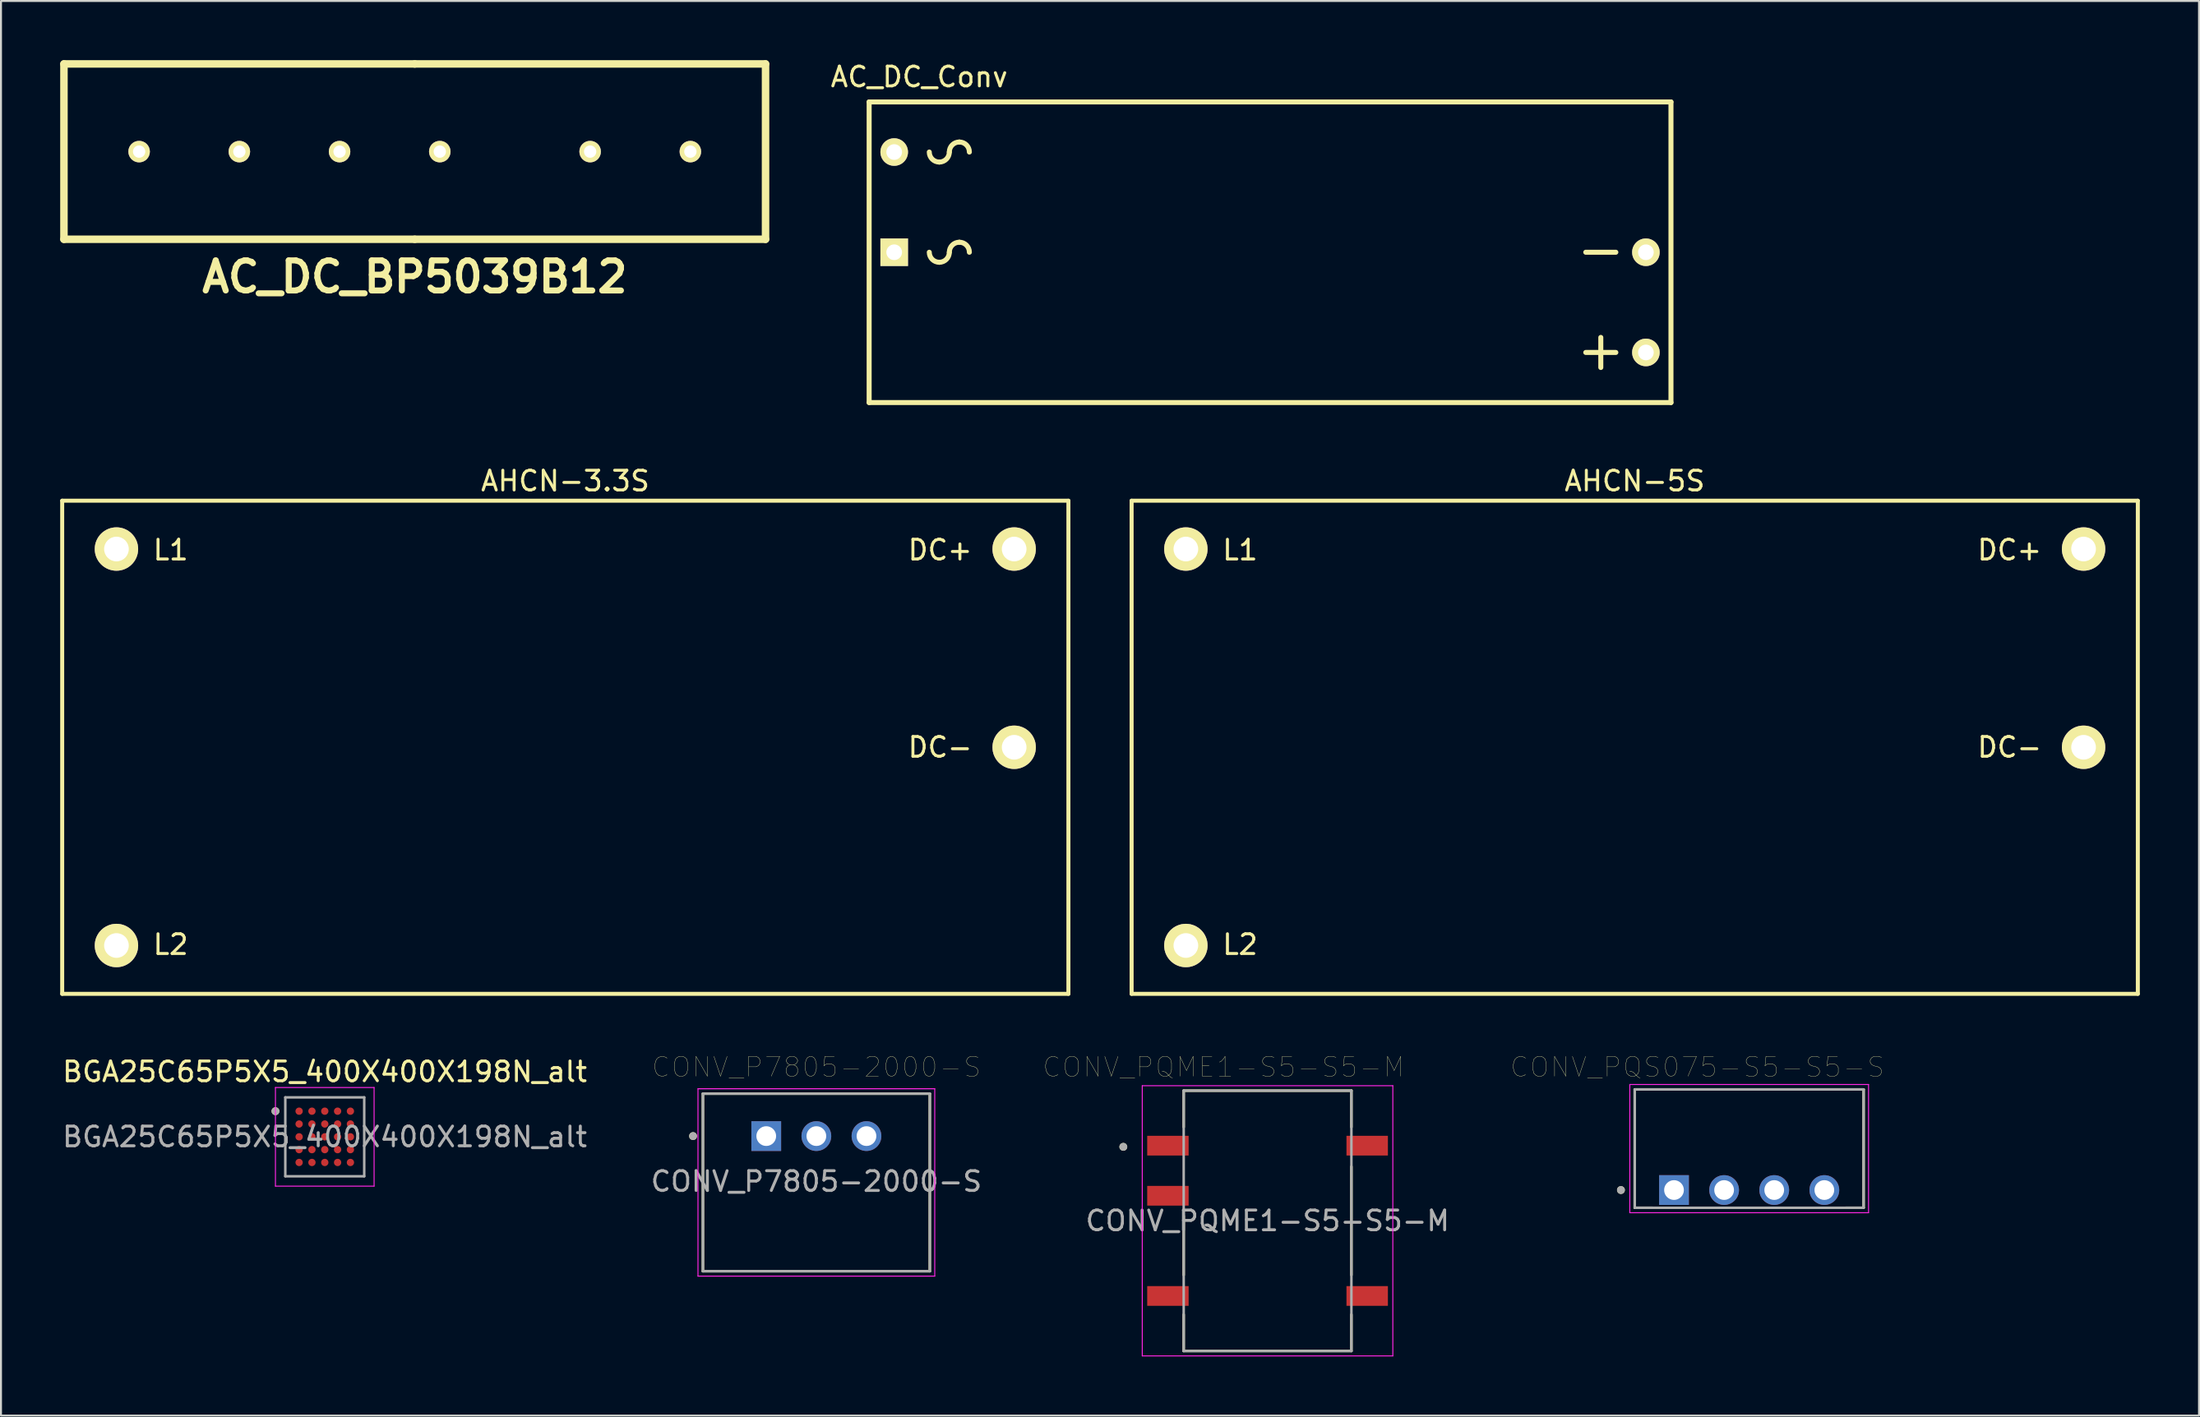
<source format=kicad_pcb>
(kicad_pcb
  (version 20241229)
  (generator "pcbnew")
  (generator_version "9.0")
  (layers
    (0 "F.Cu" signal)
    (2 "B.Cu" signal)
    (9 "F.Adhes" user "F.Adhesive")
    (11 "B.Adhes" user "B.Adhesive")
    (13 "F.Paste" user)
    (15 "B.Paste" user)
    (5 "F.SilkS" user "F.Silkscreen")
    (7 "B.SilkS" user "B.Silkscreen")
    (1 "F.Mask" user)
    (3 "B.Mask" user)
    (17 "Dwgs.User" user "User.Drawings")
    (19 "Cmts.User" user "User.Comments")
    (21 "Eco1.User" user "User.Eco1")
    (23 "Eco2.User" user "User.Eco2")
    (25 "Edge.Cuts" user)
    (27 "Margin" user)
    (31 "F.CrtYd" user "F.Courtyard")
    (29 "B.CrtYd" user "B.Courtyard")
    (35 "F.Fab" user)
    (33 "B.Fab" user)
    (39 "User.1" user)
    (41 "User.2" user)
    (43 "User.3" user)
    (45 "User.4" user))
  (footprint "AC_DC_Conv"
    (layer "F.Cu")
    (at 61.322 9.738)
    (property "Reference" "AC_DC_Conv" (at -17.78 -8.89 0) (layer "F.SilkS") (effects (font (size 1 1) (thickness 0.15))))
    (attr through_hole)
    (fp_line (start -20.32 -7.62) (end -20.32 7.62) (stroke (width 0.254) (type solid)) (layer "F.SilkS"))
    (fp_line (start -20.32 7.62) (end 20.32 7.62) (stroke (width 0.254) (type solid)) (layer "F.SilkS"))
    (fp_line (start 16.002 5.08) (end 17.526 5.08) (stroke (width 0.254) (type solid)) (layer "F.SilkS"))
    (fp_line (start 16.764 4.318) (end 16.764 5.842) (stroke (width 0.254) (type solid)) (layer "F.SilkS"))
    (fp_line (start 17.526 0) (end 16.002 0) (stroke (width 0.254) (type solid)) (layer "F.SilkS"))
    (fp_line (start 20.32 -7.62) (end -20.32 -7.62) (stroke (width 0.254) (type solid)) (layer "F.SilkS"))
    (fp_line (start 20.32 7.62) (end 20.32 -7.62) (stroke (width 0.254) (type solid)) (layer "F.SilkS"))
    (fp_arc (start -16.764 -4.572) (mid -17.12321 -4.72079) (end -17.272 -5.08) (stroke (width 0.254) (type solid)) (layer "F.SilkS"))
    (fp_arc (start -16.764 0.508) (mid -17.12321 0.35921) (end -17.272 0) (stroke (width 0.254) (type solid)) (layer "F.SilkS"))
    (fp_arc (start -16.256 -5.08) (mid -16.40479 -4.72079) (end -16.764 -4.572) (stroke (width 0.254) (type solid)) (layer "F.SilkS"))
    (fp_arc (start -16.256 -5.08) (mid -16.10721 -5.43921) (end -15.748 -5.588) (stroke (width 0.254) (type solid)) (layer "F.SilkS"))
    (fp_arc (start -16.256 0) (mid -16.40479 0.35921) (end -16.764 0.508) (stroke (width 0.254) (type solid)) (layer "F.SilkS"))
    (fp_arc (start -16.256 0) (mid -16.10721 -0.35921) (end -15.748 -0.508) (stroke (width 0.254) (type solid)) (layer "F.SilkS"))
    (fp_arc (start -15.748 -5.588) (mid -15.38879 -5.43921) (end -15.24 -5.08) (stroke (width 0.254) (type solid)) (layer "F.SilkS"))
    (fp_arc (start -15.748 -0.508) (mid -15.38879 -0.35921) (end -15.24 0) (stroke (width 0.254) (type solid)) (layer "F.SilkS"))
    (pad "1" thru_hole rect (at -19.05 0) (size 1.397 1.397) (drill 0.794) (layers "*.Cu" "*.Mask" "F.SilkS"))
    (pad "2" thru_hole circle (at -19.05 -5.08) (size 1.397 1.397) (drill 0.794) (layers "*.Cu" "*.Mask" "F.SilkS"))
    (pad "3" thru_hole circle (at 19.05 5.08) (size 1.397 1.397) (drill 0.794) (layers "*.Cu" "*.Mask" "F.SilkS"))
    (pad "4" thru_hole circle (at 19.05 0) (size 1.397 1.397) (drill 0.794) (layers "*.Cu" "*.Mask" "F.SilkS")))
  (footprint "BGA25C65P5X5_400X400X198N_alt"
    (layer "F.Cu")
    (at 13.411 54.583)
    (property "Reference" "BGA25C65P5X5_400X400X198N_alt" (at 0 -3.3 0) (layer "F.SilkS") (effects (font (size 1 1) (thickness 0.15))))
    (attr smd)
    (fp_circle (center -2.5 -1.3) (end -2.4 -1.3) (stroke (width 0.2) (type solid)) (fill no) (layer "F.SilkS"))
    (fp_line (start -2.5 -2.5) (end 2.5 -2.5) (stroke (width 0.05) (type solid)) (layer "F.CrtYd"))
    (fp_line (start -2.5 2.5) (end -2.5 -2.5) (stroke (width 0.05) (type solid)) (layer "F.CrtYd"))
    (fp_line (start -2.5 2.5) (end 2.5 2.5) (stroke (width 0.05) (type solid)) (layer "F.CrtYd"))
    (fp_line (start 2.5 2.5) (end 2.5 -2.5) (stroke (width 0.05) (type solid)) (layer "F.CrtYd"))
    (fp_line (start -2 2) (end -2 -2) (stroke (width 0.127) (type solid)) (layer "F.Fab"))
    (fp_line (start 2 -2) (end -2 -2) (stroke (width 0.127) (type solid)) (layer "F.Fab"))
    (fp_line (start 2 2) (end -2 2) (stroke (width 0.127) (type solid)) (layer "F.Fab"))
    (fp_line (start 2 2) (end 2 -2) (stroke (width 0.127) (type solid)) (layer "F.Fab"))
    (fp_circle (center -2.5 -1.3) (end -2.4 -1.3) (stroke (width 0.2) (type solid)) (fill no) (layer "F.Fab"))
    (fp_text user "${REFERENCE}" (at 0 0 0) (layer "F.Fab") (effects (font (size 1 1) (thickness 0.15))))
    (pad "A1" smd circle (at -1.3 -1.3) (size 0.37 0.37) (layers "F.Cu" "F.Mask" "F.Paste"))
    (pad "A2" smd circle (at -0.65 -1.3) (size 0.37 0.37) (layers "F.Cu" "F.Mask" "F.Paste"))
    (pad "A3" smd circle (at 0 -1.3) (size 0.37 0.37) (layers "F.Cu" "F.Mask" "F.Paste"))
    (pad "A4" smd circle (at 0.65 -1.3) (size 0.37 0.37) (layers "F.Cu" "F.Mask" "F.Paste"))
    (pad "A5" smd circle (at 1.3 -1.3) (size 0.37 0.37) (layers "F.Cu" "F.Mask" "F.Paste"))
    (pad "B1" smd circle (at -1.3 -0.65) (size 0.37 0.37) (layers "F.Cu" "F.Mask" "F.Paste"))
    (pad "B2" smd circle (at -0.65 -0.65) (size 0.37 0.37) (layers "F.Cu" "F.Mask" "F.Paste"))
    (pad "B3" smd circle (at 0 -0.65) (size 0.37 0.37) (layers "F.Cu" "F.Mask" "F.Paste"))
    (pad "B4" smd circle (at 0.65 -0.65) (size 0.37 0.37) (layers "F.Cu" "F.Mask" "F.Paste"))
    (pad "B5" smd circle (at 1.3 -0.65) (size 0.37 0.37) (layers "F.Cu" "F.Mask" "F.Paste"))
    (pad "C1" smd circle (at -1.3 0) (size 0.37 0.37) (layers "F.Cu" "F.Mask" "F.Paste"))
    (pad "C2" smd circle (at -0.65 0) (size 0.37 0.37) (layers "F.Cu" "F.Mask" "F.Paste"))
    (pad "C3" smd circle (at 0 0) (size 0.37 0.37) (layers "F.Cu" "F.Mask" "F.Paste"))
    (pad "C4" smd circle (at 0.65 0) (size 0.37 0.37) (layers "F.Cu" "F.Mask" "F.Paste"))
    (pad "C5" smd circle (at 1.3 0) (size 0.37 0.37) (layers "F.Cu" "F.Mask" "F.Paste"))
    (pad "D1" smd circle (at -1.3 0.65) (size 0.37 0.37) (layers "F.Cu" "F.Mask" "F.Paste"))
    (pad "D2" smd circle (at -0.65 0.65) (size 0.37 0.37) (layers "F.Cu" "F.Mask" "F.Paste"))
    (pad "D3" smd circle (at 0 0.65) (size 0.37 0.37) (layers "F.Cu" "F.Mask" "F.Paste"))
    (pad "D4" smd circle (at 0.65 0.65) (size 0.37 0.37) (layers "F.Cu" "F.Mask" "F.Paste"))
    (pad "D5" smd circle (at 1.3 0.65) (size 0.37 0.37) (layers "F.Cu" "F.Mask" "F.Paste"))
    (pad "E1" smd circle (at -1.3 1.3) (size 0.37 0.37) (layers "F.Cu" "F.Mask" "F.Paste"))
    (pad "E2" smd circle (at -0.65 1.3) (size 0.37 0.37) (layers "F.Cu" "F.Mask" "F.Paste"))
    (pad "E3" smd circle (at 0 1.3) (size 0.37 0.37) (layers "F.Cu" "F.Mask" "F.Paste"))
    (pad "E4" smd circle (at 0.65 1.3) (size 0.37 0.37) (layers "F.Cu" "F.Mask" "F.Paste"))
    (pad "E5" smd circle (at 1.3 1.3) (size 0.37 0.37) (layers "F.Cu" "F.Mask" "F.Paste")))
  (footprint "CONV_PQS075-S5-S5-S"
    (layer "F.Cu")
    (at 85.606 55.181)
    (property "Reference" "CONV_PQS075-S5-S5-S" (at -2.625 -4.135 0) (layer "F.SilkS") (effects (font (size 1 1) (thickness 0.015))))
    (attr through_hole)
    (fp_line (start -5.8 -3) (end -5.8 3) (stroke (width 0.127) (type solid)) (layer "F.SilkS"))
    (fp_line (start -5.8 3) (end -4.9 3) (stroke (width 0.127) (type solid)) (layer "F.SilkS"))
    (fp_line (start 4.9 3) (end 5.8 3) (stroke (width 0.127) (type solid)) (layer "F.SilkS"))
    (fp_line (start 5.8 -3) (end -5.8 -3) (stroke (width 0.127) (type solid)) (layer "F.SilkS"))
    (fp_line (start 5.8 3) (end 5.8 -3) (stroke (width 0.127) (type solid)) (layer "F.SilkS"))
    (fp_circle (center -6.5 2.1) (end -6.4 2.1) (stroke (width 0.2) (type solid)) (fill no) (layer "F.SilkS"))
    (fp_line (start -6.05 -3.25) (end 6.05 -3.25) (stroke (width 0.05) (type solid)) (layer "F.CrtYd"))
    (fp_line (start -6.05 3.25) (end -6.05 -3.25) (stroke (width 0.05) (type solid)) (layer "F.CrtYd"))
    (fp_line (start 6.05 -3.25) (end 6.05 3.25) (stroke (width 0.05) (type solid)) (layer "F.CrtYd"))
    (fp_line (start 6.05 3.25) (end -6.05 3.25) (stroke (width 0.05) (type solid)) (layer "F.CrtYd"))
    (fp_line (start -5.8 -3) (end 5.8 -3) (stroke (width 0.127) (type solid)) (layer "F.Fab"))
    (fp_line (start -5.8 3) (end -5.8 -3) (stroke (width 0.127) (type solid)) (layer "F.Fab"))
    (fp_line (start 5.8 -3) (end 5.8 3) (stroke (width 0.127) (type solid)) (layer "F.Fab"))
    (fp_line (start 5.8 3) (end -5.8 3) (stroke (width 0.127) (type solid)) (layer "F.Fab"))
    (fp_circle (center -6.5 2.1) (end -6.4 2.1) (stroke (width 0.2) (type solid)) (fill no) (layer "F.Fab"))
    (pad "1" thru_hole rect (at -3.81 2.1) (size 1.508 1.508) (drill 1) (layers "*.Cu" "*.Mask"))
    (pad "2" thru_hole circle (at -1.27 2.1) (size 1.508 1.508) (drill 1) (layers "*.Cu" "*.Mask"))
    (pad "3" thru_hole circle (at 1.27 2.1) (size 1.508 1.508) (drill 1) (layers "*.Cu" "*.Mask"))
    (pad "4" thru_hole circle (at 3.81 2.1) (size 1.508 1.508) (drill 1) (layers "*.Cu" "*.Mask")))
  (footprint "CONV_P7805-2000-S"
    (layer "F.Cu")
    (at 38.327 54.546)
    (property "Reference" "CONV_P7805-2000-S" (at 0 -3.5 0) (layer "F.SilkS") (effects (font (size 1 1) (thickness 0.015))))
    (attr through_hole)
    (fp_line (start -5.75 -2.15) (end -5.75 6.85) (stroke (width 0.127) (type solid)) (layer "F.SilkS"))
    (fp_line (start -5.75 6.85) (end 5.75 6.85) (stroke (width 0.127) (type solid)) (layer "F.SilkS"))
    (fp_line (start 5.75 -2.15) (end -5.75 -2.15) (stroke (width 0.127) (type solid)) (layer "F.SilkS"))
    (fp_line (start 5.75 6.85) (end 5.75 -2.15) (stroke (width 0.127) (type solid)) (layer "F.SilkS"))
    (fp_circle (center -6.25 0) (end -6.15 0) (stroke (width 0.2) (type solid)) (fill no) (layer "F.SilkS"))
    (fp_line (start -6 -2.4) (end -6 7.1) (stroke (width 0.05) (type solid)) (layer "F.CrtYd"))
    (fp_line (start -6 7.1) (end 6 7.1) (stroke (width 0.05) (type solid)) (layer "F.CrtYd"))
    (fp_line (start 6 -2.4) (end -6 -2.4) (stroke (width 0.05) (type solid)) (layer "F.CrtYd"))
    (fp_line (start 6 7.1) (end 6 -2.4) (stroke (width 0.05) (type solid)) (layer "F.CrtYd"))
    (fp_line (start -5.75 -2.15) (end -5.75 6.85) (stroke (width 0.127) (type solid)) (layer "F.Fab"))
    (fp_line (start -5.75 6.85) (end 5.75 6.85) (stroke (width 0.127) (type solid)) (layer "F.Fab"))
    (fp_line (start 5.75 -2.15) (end -5.75 -2.15) (stroke (width 0.127) (type solid)) (layer "F.Fab"))
    (fp_line (start 5.75 6.85) (end 5.75 -2.15) (stroke (width 0.127) (type solid)) (layer "F.Fab"))
    (fp_circle (center -6.25 0) (end -6.15 0) (stroke (width 0.2) (type solid)) (fill no) (layer "F.Fab"))
    (fp_text user "${REFERENCE}" (at 0 2.3 0) (layer "F.Fab") (effects (font (size 1 1) (thickness 0.15))))
    (pad "1" thru_hole rect (at -2.54 0) (size 1.508 1.508) (drill 1) (layers "*.Cu" "*.Mask"))
    (pad "2" thru_hole circle (at 0 0) (size 1.508 1.508) (drill 1) (layers "*.Cu" "*.Mask"))
    (pad "3" thru_hole circle (at 2.54 0) (size 1.508 1.508) (drill 1) (layers "*.Cu" "*.Mask")))
  (footprint "CONV_PQME1-S5-S5-M"
    (layer "F.Cu")
    (at 61.195 58.841)
    (property "Reference" "CONV_PQME1-S5-S5-M" (at -2.225 -7.795 0) (layer "F.SilkS") (effects (font (size 1 1) (thickness 0.015))))
    (attr through_hole)
    (fp_line (start -4.25 -6.6) (end -4.25 -4.75) (stroke (width 0.127) (type solid)) (layer "F.SilkS"))
    (fp_line (start -4.25 -0.25) (end -4.25 2.75) (stroke (width 0.127) (type solid)) (layer "F.SilkS"))
    (fp_line (start -4.25 4.75) (end -4.25 6.6) (stroke (width 0.127) (type solid)) (layer "F.SilkS"))
    (fp_line (start -4.25 6.6) (end 4.25 6.6) (stroke (width 0.127) (type solid)) (layer "F.SilkS"))
    (fp_line (start 4.25 -6.6) (end -4.25 -6.6) (stroke (width 0.127) (type solid)) (layer "F.SilkS"))
    (fp_line (start 4.25 -6.6) (end 4.25 -4.75) (stroke (width 0.127) (type solid)) (layer "F.SilkS"))
    (fp_line (start 4.25 -2.75) (end 4.25 2.75) (stroke (width 0.127) (type solid)) (layer "F.SilkS"))
    (fp_line (start 4.25 4.75) (end 4.25 6.6) (stroke (width 0.127) (type solid)) (layer "F.SilkS"))
    (fp_circle (center -7.31 -3.75) (end -7.21 -3.75) (stroke (width 0.2) (type solid)) (fill no) (layer "F.SilkS"))
    (fp_line (start -6.35 -6.85) (end -6.35 6.85) (stroke (width 0.05) (type solid)) (layer "F.CrtYd"))
    (fp_line (start -6.35 6.85) (end 6.35 6.85) (stroke (width 0.05) (type solid)) (layer "F.CrtYd"))
    (fp_line (start 6.35 -6.85) (end -6.35 -6.85) (stroke (width 0.05) (type solid)) (layer "F.CrtYd"))
    (fp_line (start 6.35 6.85) (end 6.35 -6.85) (stroke (width 0.05) (type solid)) (layer "F.CrtYd"))
    (fp_line (start -4.25 -6.6) (end -4.25 6.6) (stroke (width 0.127) (type solid)) (layer "F.Fab"))
    (fp_line (start -4.25 6.6) (end 4.25 6.6) (stroke (width 0.127) (type solid)) (layer "F.Fab"))
    (fp_line (start 4.25 -6.6) (end -4.25 -6.6) (stroke (width 0.127) (type solid)) (layer "F.Fab"))
    (fp_line (start 4.25 6.6) (end 4.25 -6.6) (stroke (width 0.127) (type solid)) (layer "F.Fab"))
    (fp_circle (center -7.31 -3.75) (end -7.21 -3.75) (stroke (width 0.2) (type solid)) (fill no) (layer "F.Fab"))
    (fp_text user "${REFERENCE}" (at 0 0 0) (layer "F.Fab") (effects (font (size 1 1) (thickness 0.15))))
    (pad "1" smd rect (at -5.05 -3.81) (size 2.1 1) (layers "F.Cu" "F.Mask" "F.Paste"))
    (pad "2" smd rect (at -5.05 -1.27) (size 2.1 1) (layers "F.Cu" "F.Mask" "F.Paste"))
    (pad "4" smd rect (at -5.05 3.81) (size 2.1 1) (layers "F.Cu" "F.Mask" "F.Paste"))
    (pad "5" smd rect (at 5.05 3.81) (size 2.1 1) (layers "F.Cu" "F.Mask" "F.Paste"))
    (pad "8" smd rect (at 5.05 -3.81) (size 2.1 1) (layers "F.Cu" "F.Mask" "F.Paste")))
  (footprint "AHCN-3.3S"
    (layer "F.Cu")
    (at 25.602 34.834)
    (property "Reference" "AHCN-3.3S" (at 0 -13.5 0) (layer "F.SilkS") (effects (font (size 1 1) (thickness 0.15))))
    (attr through_hole)
    (fp_line (start -25.5 -12.5) (end -25.5 12.5) (stroke (width 0.203) (type solid)) (layer "F.SilkS"))
    (fp_line (start -25.5 12.5) (end 25.5 12.5) (stroke (width 0.203) (type solid)) (layer "F.SilkS"))
    (fp_line (start 25.5 -12.5) (end -25.5 -12.5) (stroke (width 0.203) (type solid)) (layer "F.SilkS"))
    (fp_line (start 25.5 12.5) (end 25.5 -12.5) (stroke (width 0.203) (type solid)) (layer "F.SilkS"))
    (fp_text user "L1" (at -20 -10 0) (layer "F.SilkS") (effects (font (size 1 1) (thickness 0.15))))
    (fp_text user "DC-" (at 19 0 0) (layer "F.SilkS") (effects (font (size 1 1) (thickness 0.15))))
    (fp_text user "L2" (at -20 10 0) (layer "F.SilkS") (effects (font (size 1 1) (thickness 0.15))))
    (fp_text user "DC+" (at 19 -10 0) (layer "F.SilkS") (effects (font (size 1 1) (thickness 0.15))))
    (pad "1" thru_hole circle (at -22.75 -10.05) (size 2.2 2.2) (drill 1.25) (layers "*.Cu" "*.Mask" "F.SilkS"))
    (pad "2" thru_hole circle (at -22.75 10.05) (size 2.2 2.2) (drill 1.25) (layers "*.Cu" "*.Mask" "F.SilkS"))
    (pad "3" thru_hole circle (at 22.75 -10.05) (size 2.2 2.2) (drill 1.25) (layers "*.Cu" "*.Mask" "F.SilkS"))
    (pad "4" thru_hole circle (at 22.75 0) (size 2.2 2.2) (drill 1.25) (layers "*.Cu" "*.Mask" "F.SilkS")))
  (footprint "AC_DC_BP5039B12"
    (layer "F.Cu")
    (at 17.971 4.636)
    (property "Reference" "AC_DC_BP5039B12" (at 0 6.35 0) (layer "F.SilkS") (effects (font (size 1.524 1.524) (thickness 0.305))))
    (attr through_hole)
    (fp_line (start -17.78 -4.445) (end -17.78 4.445) (stroke (width 0.381) (type solid)) (layer "F.SilkS"))
    (fp_line (start -17.78 -4.445) (end 0 -4.445) (stroke (width 0.381) (type solid)) (layer "F.SilkS"))
    (fp_line (start -17.78 4.445) (end 0 4.445) (stroke (width 0.381) (type solid)) (layer "F.SilkS"))
    (fp_line (start 17.78 -4.445) (end 0 -4.445) (stroke (width 0.381) (type solid)) (layer "F.SilkS"))
    (fp_line (start 17.78 -4.445) (end 17.78 4.445) (stroke (width 0.381) (type solid)) (layer "F.SilkS"))
    (fp_line (start 17.78 4.445) (end 0 4.445) (stroke (width 0.381) (type solid)) (layer "F.SilkS"))
    (pad "2" thru_hole circle (at -13.97 0) (size 1.09 1.09) (drill 0.625) (layers "*.Cu" "*.Mask" "F.SilkS"))
    (pad "3" thru_hole circle (at -8.89 0) (size 1.09 1.09) (drill 0.625) (layers "*.Cu" "*.Mask" "F.SilkS"))
    (pad "4" thru_hole circle (at -3.81 0) (size 1.09 1.09) (drill 0.625) (layers "*.Cu" "*.Mask" "F.SilkS"))
    (pad "5" thru_hole circle (at 1.27 0) (size 1.09 1.09) (drill 0.625) (layers "*.Cu" "*.Mask" "F.SilkS"))
    (pad "6" thru_hole circle (at 8.89 0) (size 1.09 1.09) (drill 0.625) (layers "*.Cu" "*.Mask" "F.SilkS"))
    (pad "7" thru_hole circle (at 13.97 0) (size 1.09 1.09) (drill 0.625) (layers "*.Cu" "*.Mask" "F.SilkS")))
  (footprint "AHCN-5S"
    (layer "F.Cu")
    (at 79.805 34.834)
    (property "Reference" "AHCN-5S" (at 0 -13.5 0) (layer "F.SilkS") (effects (font (size 1 1) (thickness 0.15))))
    (attr through_hole)
    (fp_line (start -25.5 -12.5) (end -25.5 12.5) (stroke (width 0.203) (type solid)) (layer "F.SilkS"))
    (fp_line (start -25.5 12.5) (end 25.5 12.5) (stroke (width 0.203) (type solid)) (layer "F.SilkS"))
    (fp_line (start 25.5 -12.5) (end -25.5 -12.5) (stroke (width 0.203) (type solid)) (layer "F.SilkS"))
    (fp_line (start 25.5 12.5) (end 25.5 -12.5) (stroke (width 0.203) (type solid)) (layer "F.SilkS"))
    (fp_text user "DC+" (at 19 -10 0) (layer "F.SilkS") (effects (font (size 1 1) (thickness 0.15))))
    (fp_text user "L1" (at -20 -10 0) (layer "F.SilkS") (effects (font (size 1 1) (thickness 0.15))))
    (fp_text user "DC-" (at 19 0 0) (layer "F.SilkS") (effects (font (size 1 1) (thickness 0.15))))
    (fp_text user "L2" (at -20 10 0) (layer "F.SilkS") (effects (font (size 1 1) (thickness 0.15))))
    (pad "1" thru_hole circle (at -22.75 -10.05) (size 2.2 2.2) (drill 1.25) (layers "*.Cu" "*.Mask" "F.SilkS"))
    (pad "2" thru_hole circle (at -22.75 10.05) (size 2.2 2.2) (drill 1.25) (layers "*.Cu" "*.Mask" "F.SilkS"))
    (pad "3" thru_hole circle (at 22.75 -10.05) (size 2.2 2.2) (drill 1.25) (layers "*.Cu" "*.Mask" "F.SilkS"))
    (pad "4" thru_hole circle (at 22.75 0) (size 2.2 2.2) (drill 1.25) (layers "*.Cu" "*.Mask" "F.SilkS")))
  (gr_rect
    (start -3 -3)
    (end 108.406 68.716)
    (stroke (width 0.1) (type default))
    (fill no)
    (layer "Edge.Cuts")))
</source>
